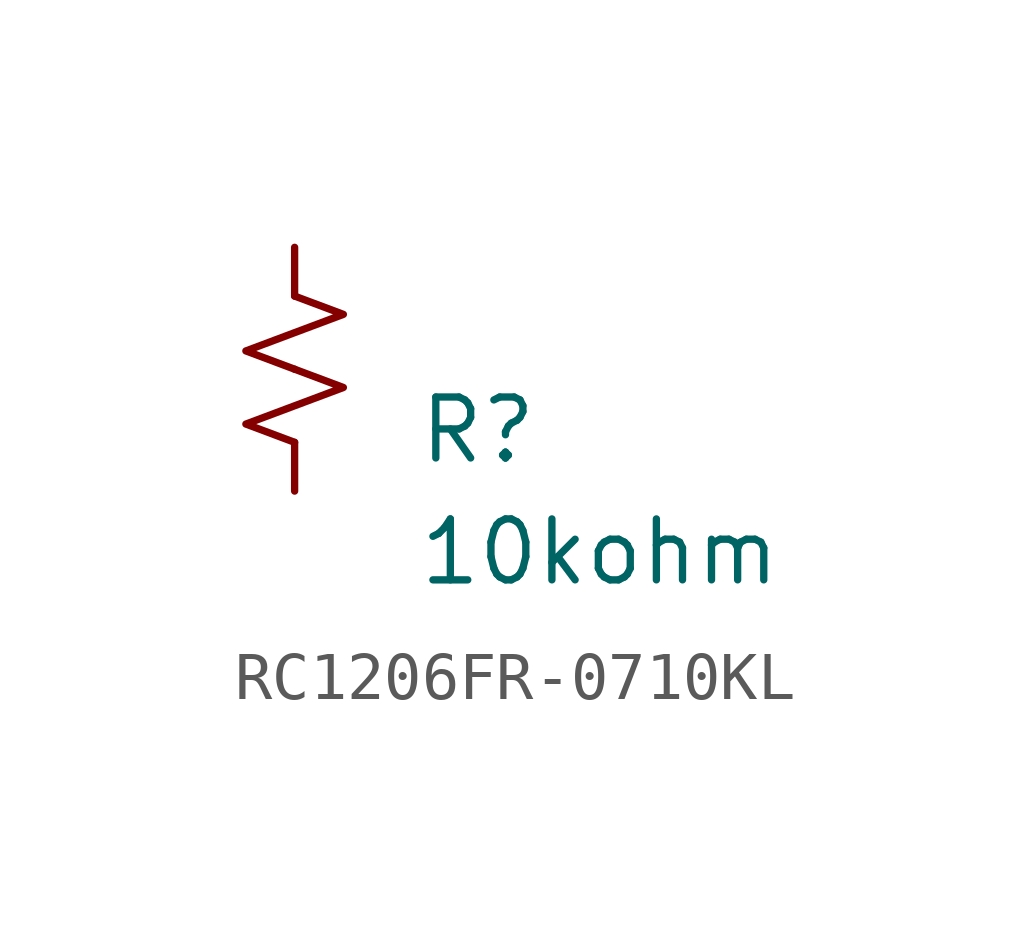
<source format=kicad_sym>
(kicad_symbol_lib
  (version 20210619)
  (generator kicad_symbol_editor)
  (symbol "RC1206FR-0710KL"
    (pin_numbers hide)
    (pin_names
      (offset 0.254) hide)
    (property "Reference" "R"
      (at 2.54 -1.27 0)
      (effects (font (size 1.27 1.27)) (justify left)))
    (property "value" "10kohm"
      (at 2.54 -3.81 0)
      (effects (font (size 1.27 1.27)) (justify left)))
    (symbol "RC1206FR-0710KL_1_1"
      (polyline (pts (xy 0 0) (xy 1.016 -0.381) (xy 0 -0.762) (xy -1.016 -1.143) (xy 0 -1.524)) (stroke (width 0)) (fill (type none)))
      (polyline (pts (xy 0 1.524) (xy 1.016 1.143) (xy 0 0.762) (xy -1.016 0.381) (xy 0 0)) (stroke (width 0)) (fill (type none)))
      (pin passive line (at 0 2.54 270) (length 1.016) (name "~" (effects (font (size 1.27 1.27)))) (number "1" (effects (font (size 1.27 1.27)))))
      (pin passive line (at 0 -2.54 90) (length 1.016) (name "~" (effects (font (size 1.27 1.27)))) (number "2" (effects (font (size 1.27 1.27))))))))
</source>
